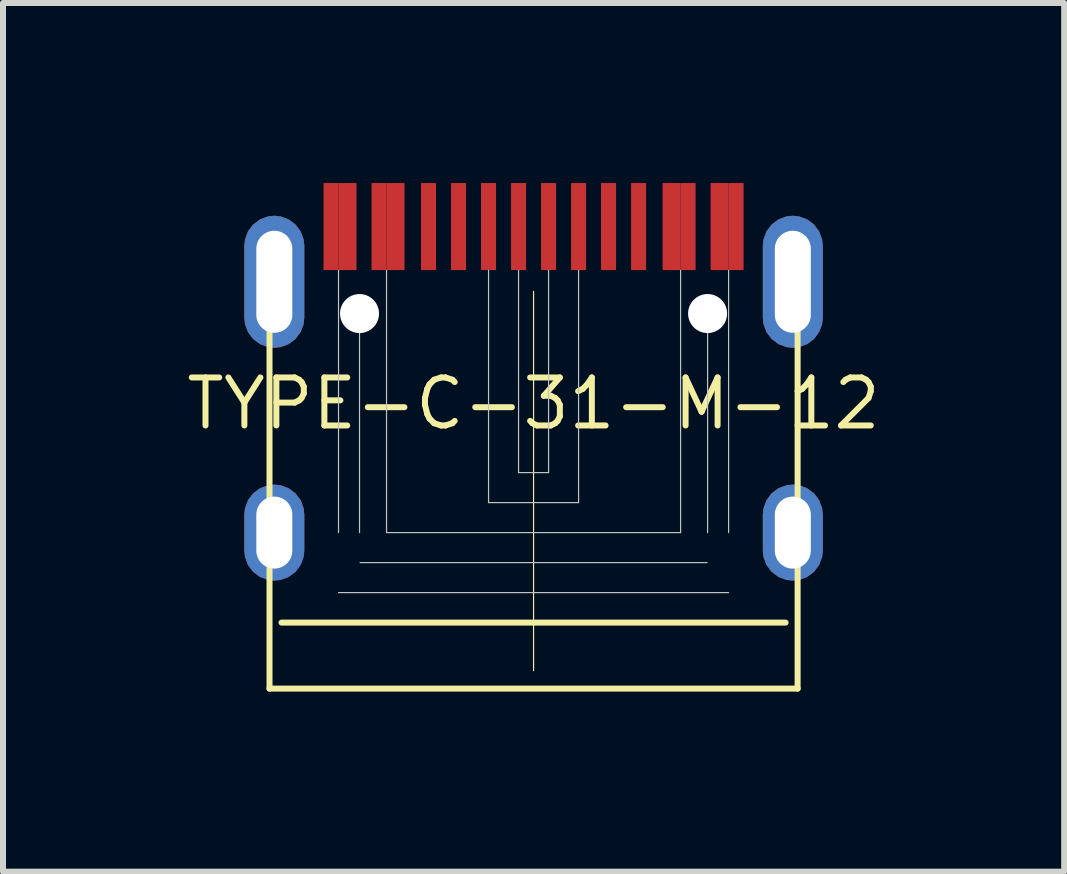
<source format=kicad_pcb>
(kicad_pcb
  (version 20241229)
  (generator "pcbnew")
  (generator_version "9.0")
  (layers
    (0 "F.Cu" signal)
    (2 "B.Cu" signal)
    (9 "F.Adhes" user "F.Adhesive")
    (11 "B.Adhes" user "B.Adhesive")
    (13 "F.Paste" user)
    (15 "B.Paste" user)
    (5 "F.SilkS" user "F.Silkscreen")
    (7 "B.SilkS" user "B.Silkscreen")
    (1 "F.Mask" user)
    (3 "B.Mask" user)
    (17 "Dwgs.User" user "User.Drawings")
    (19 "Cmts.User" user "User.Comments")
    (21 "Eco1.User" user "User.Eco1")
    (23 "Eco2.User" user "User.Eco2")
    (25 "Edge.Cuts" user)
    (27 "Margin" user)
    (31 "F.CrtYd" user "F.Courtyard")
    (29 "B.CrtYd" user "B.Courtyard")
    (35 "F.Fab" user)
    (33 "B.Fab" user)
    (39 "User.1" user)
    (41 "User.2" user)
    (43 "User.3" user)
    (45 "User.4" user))
  (footprint "TYPE-C-31-M-12"
    (layer "F.Cu")
    (at 5.841 5.825)
    (property "Reference" "TYPE-C-31-M-12" (at 0 -2.15 180) (layer "F.SilkS") (effects (font (size 0.8 0.8) (thickness 0.1))))
    (attr smd)
    (fp_line (start -4.4 -4.5) (end -4.4 2.6) (stroke (width 0.1) (type solid)) (layer "F.SilkS"))
    (fp_line (start 0 -4.02) (end 0 2.3) (stroke (width 0.02) (type solid)) (layer "F.SilkS"))
    (fp_line (start 4.2 1.5) (end -4.2 1.5) (stroke (width 0.1) (type solid)) (layer "F.SilkS"))
    (fp_line (start 4.4 -4.5) (end 4.4 2.6) (stroke (width 0.1) (type solid)) (layer "F.SilkS"))
    (fp_line (start 4.4 2.6) (end -4.4 2.6) (stroke (width 0.1) (type solid)) (layer "F.SilkS"))
    (fp_line (start -3.25 -4.37) (end -3.25 0) (stroke (width 0.02) (type solid)) (layer "Dwgs.User"))
    (fp_line (start -3.25 1) (end 3.25 1) (stroke (width 0.02) (type solid)) (layer "Dwgs.User"))
    (fp_line (start -2.9 -3.65) (end -2.9 0) (stroke (width 0.02) (type solid)) (layer "Dwgs.User"))
    (fp_line (start -2.89 0.5) (end 2.89 0.5) (stroke (width 0.02) (type solid)) (layer "Dwgs.User"))
    (fp_line (start -2.45 -4.37) (end -2.45 0) (stroke (width 0.02) (type solid)) (layer "Dwgs.User"))
    (fp_line (start -2.45 0) (end 2.45 0) (stroke (width 0.02) (type solid)) (layer "Dwgs.User"))
    (fp_line (start -0.75 -4.37) (end -0.75 -0.5) (stroke (width 0.02) (type solid)) (layer "Dwgs.User"))
    (fp_line (start -0.75 -0.5) (end 0.75 -0.5) (stroke (width 0.02) (type solid)) (layer "Dwgs.User"))
    (fp_line (start -0.25 -4.37) (end -0.25 -1) (stroke (width 0.02) (type solid)) (layer "Dwgs.User"))
    (fp_line (start -0.25 -1) (end 0.25 -1) (stroke (width 0.02) (type solid)) (layer "Dwgs.User"))
    (fp_line (start 0.25 -4.37) (end 0.25 -1) (stroke (width 0.02) (type solid)) (layer "Dwgs.User"))
    (fp_line (start 0.75 -4.37) (end 0.75 -0.5) (stroke (width 0.02) (type solid)) (layer "Dwgs.User"))
    (fp_line (start 2.45 -4.37) (end 2.45 0) (stroke (width 0.02) (type solid)) (layer "Dwgs.User"))
    (fp_line (start 2.9 -3.65) (end 2.9 0) (stroke (width 0.02) (type solid)) (layer "Dwgs.User"))
    (fp_line (start 3.25 -4.37) (end 3.25 0) (stroke (width 0.02) (type solid)) (layer "Dwgs.User"))
    (pad "" np_thru_hole circle (at -2.9 -3.65) (size 0.65 0.65) (drill 0.65) (layers "*.Cu" "*.Mask"))
    (pad "" np_thru_hole circle (at 2.9 -3.65) (size 0.65 0.65) (drill 0.65) (layers "*.Cu" "*.Mask"))
    (pad "A1" smd rect (at -3.375 -5.1) (size 0.25 1.45) (layers "F.Cu" "F.Mask" "F.Paste"))
    (pad "A4" smd rect (at -2.575 -5.1) (size 0.25 1.45) (layers "F.Cu" "F.Mask" "F.Paste"))
    (pad "A5" smd rect (at -1.25 -5.1) (size 0.25 1.45) (layers "F.Cu" "F.Mask" "F.Paste"))
    (pad "A6" smd rect (at -0.25 -5.1) (size 0.25 1.45) (layers "F.Cu" "F.Mask" "F.Paste"))
    (pad "A7" smd rect (at 0.25 -5.1) (size 0.25 1.45) (layers "F.Cu" "F.Mask" "F.Paste"))
    (pad "A8" smd rect (at 1.25 -5.1) (size 0.25 1.45) (layers "F.Cu" "F.Mask" "F.Paste"))
    (pad "A9" smd rect (at 2.575 -5.1) (size 0.25 1.45) (layers "F.Cu" "F.Mask" "F.Paste"))
    (pad "A12" smd rect (at 3.375 -5.1) (size 0.25 1.45) (layers "F.Cu" "F.Mask" "F.Paste"))
    (pad "B1" smd rect (at 3.1 -5.1) (size 0.3 1.45) (layers "F.Cu" "F.Mask" "F.Paste"))
    (pad "B4" smd rect (at 2.3 -5.1) (size 0.3 1.45) (layers "F.Cu" "F.Mask" "F.Paste"))
    (pad "B5" smd rect (at 1.75 -5.1) (size 0.25 1.45) (layers "F.Cu" "F.Mask" "F.Paste"))
    (pad "B6" smd rect (at 0.75 -5.1) (size 0.25 1.45) (layers "F.Cu" "F.Mask" "F.Paste"))
    (pad "B7" smd rect (at -0.75 -5.1) (size 0.25 1.45) (layers "F.Cu" "F.Mask" "F.Paste"))
    (pad "B8" smd rect (at -1.75 -5.1) (size 0.25 1.45) (layers "F.Cu" "F.Mask" "F.Paste"))
    (pad "B9" smd rect (at -2.3 -5.1) (size 0.3 1.45) (layers "F.Cu" "F.Mask" "F.Paste"))
    (pad "B12" smd rect (at -3.1 -5.1) (size 0.3 1.45) (layers "F.Cu" "F.Mask" "F.Paste"))
    (pad "S1" thru_hole roundrect (at -4.32 -4.18) (size 1 2.2) (drill oval 0.6 1.7) (layers "*.Cu" "*.Mask") (roundrect_rratio 0.5))
    (pad "S1" thru_hole roundrect (at -4.32 0) (size 1 1.6) (drill oval 0.6 1.2) (layers "*.Cu" "*.Mask") (roundrect_rratio 0.5))
    (pad "S1" thru_hole roundrect (at 4.32 -4.18) (size 1 2.2) (drill oval 0.6 1.7) (layers "*.Cu" "*.Mask") (roundrect_rratio 0.5))
    (pad "S1" thru_hole roundrect (at 4.32 0) (size 1 1.6) (drill oval 0.6 1.2) (layers "*.Cu" "*.Mask") (roundrect_rratio 0.5)))
  (gr_rect
    (start -3 -3)
    (end 14.683 11.475)
    (stroke (width 0.1) (type default))
    (fill no)
    (layer "Edge.Cuts")))
</source>
